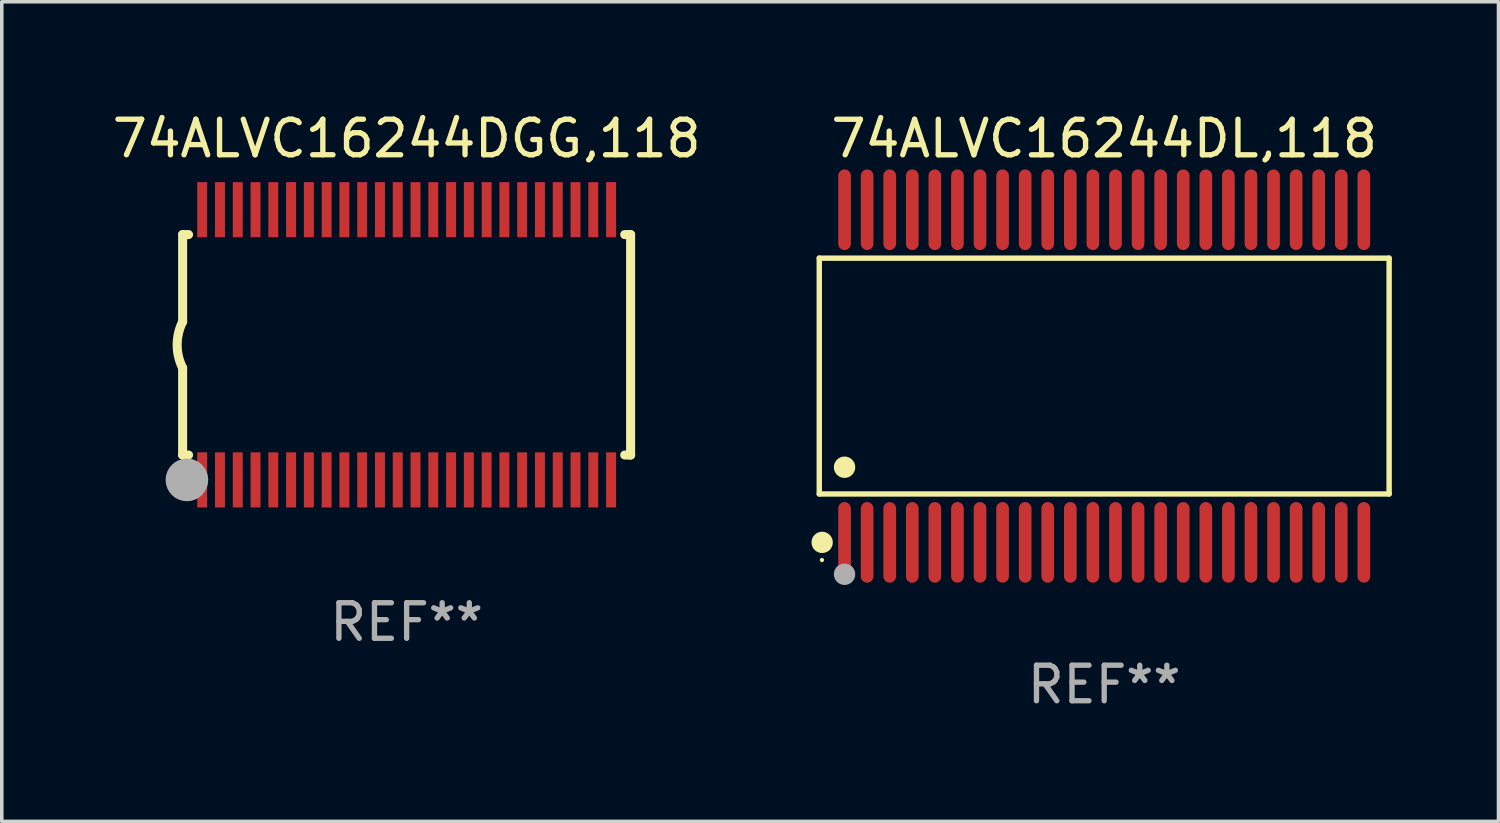
<source format=kicad_pcb>
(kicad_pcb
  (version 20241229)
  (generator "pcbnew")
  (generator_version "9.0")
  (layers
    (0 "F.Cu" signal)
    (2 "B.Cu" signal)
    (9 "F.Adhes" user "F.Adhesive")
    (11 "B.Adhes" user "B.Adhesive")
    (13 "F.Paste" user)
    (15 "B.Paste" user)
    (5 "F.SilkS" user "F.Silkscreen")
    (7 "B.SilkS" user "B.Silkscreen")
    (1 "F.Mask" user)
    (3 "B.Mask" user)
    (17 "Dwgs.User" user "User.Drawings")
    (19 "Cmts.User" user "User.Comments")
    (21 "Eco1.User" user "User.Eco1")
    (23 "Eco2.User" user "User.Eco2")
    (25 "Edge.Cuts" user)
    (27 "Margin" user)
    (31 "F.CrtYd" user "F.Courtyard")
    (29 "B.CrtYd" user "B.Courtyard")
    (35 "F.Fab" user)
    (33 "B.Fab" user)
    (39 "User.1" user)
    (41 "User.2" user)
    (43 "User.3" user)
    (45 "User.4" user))
  (footprint "74ALVC16244DGG,118"
    (layer "F.Cu")
    (at 8.387 6.648)
    (property "Reference" "74ALVC16244DGG,118" (at 0 -5.8 0) (layer "F.SilkS") (effects (font (size 1 1) (thickness 0.15))))
    (attr through_hole)
    (fp_line (start -6.3 -3.1) (end -6.3 -0.65) (stroke (width 0.254) (type solid)) (layer "F.SilkS"))
    (fp_line (start -6.3 -3.1) (end -6.134 -3.1) (stroke (width 0.254) (type solid)) (layer "F.SilkS"))
    (fp_line (start -6.3 3.1) (end -6.3 0.65) (stroke (width 0.254) (type solid)) (layer "F.SilkS"))
    (fp_line (start -6.3 3.1) (end -6.134 3.1) (stroke (width 0.254) (type solid)) (layer "F.SilkS"))
    (fp_line (start 6.134 -3.1) (end 6.3 -3.1) (stroke (width 0.254) (type solid)) (layer "F.SilkS"))
    (fp_line (start 6.134 3.1) (end 6.3 3.1) (stroke (width 0.254) (type solid)) (layer "F.SilkS"))
    (fp_line (start 6.3 -3.1) (end 6.3 3.1) (stroke (width 0.254) (type solid)) (layer "F.SilkS"))
    (fp_arc (start -6.301016 0.650114) (mid -6.45413 -0.000082) (end -6.3 -0.650038) (stroke (width 0.254001) (type solid)) (layer "F.SilkS"))
    (fp_circle (center -6.35 3.81) (end -6.223 3.81) (stroke (width 0.254) (type solid)) (fill no) (layer "F.SilkS"))
    (fp_circle (center -6.25 4.05) (end -6.22 4.05) (stroke (width 0.06) (type solid)) (fill no) (layer "F.SilkS"))
    (fp_circle (center -6.18 3.8) (end -5.88 3.8) (stroke (width 0.6) (type solid)) (fill no) (layer "F.Fab"))
    (fp_text user "REF**" (at 0 7.8 0) (layer "F.Fab") (effects (font (size 1 1) (thickness 0.15))))
    (pad "1" smd rect (at -5.75 3.8) (size 0.28 1.55) (layers "F.Cu" "F.Mask" "F.Paste"))
    (pad "2" smd rect (at -5.25 3.8) (size 0.28 1.55) (layers "F.Cu" "F.Mask" "F.Paste"))
    (pad "3" smd rect (at -4.75 3.8) (size 0.28 1.55) (layers "F.Cu" "F.Mask" "F.Paste"))
    (pad "4" smd rect (at -4.25 3.8) (size 0.28 1.55) (layers "F.Cu" "F.Mask" "F.Paste"))
    (pad "5" smd rect (at -3.75 3.8) (size 0.28 1.55) (layers "F.Cu" "F.Mask" "F.Paste"))
    (pad "6" smd rect (at -3.25 3.8) (size 0.28 1.55) (layers "F.Cu" "F.Mask" "F.Paste"))
    (pad "7" smd rect (at -2.75 3.8) (size 0.28 1.55) (layers "F.Cu" "F.Mask" "F.Paste"))
    (pad "8" smd rect (at -2.25 3.8) (size 0.28 1.55) (layers "F.Cu" "F.Mask" "F.Paste"))
    (pad "9" smd rect (at -1.75 3.8) (size 0.28 1.55) (layers "F.Cu" "F.Mask" "F.Paste"))
    (pad "10" smd rect (at -1.25 3.8) (size 0.28 1.55) (layers "F.Cu" "F.Mask" "F.Paste"))
    (pad "11" smd rect (at -0.75 3.8) (size 0.28 1.55) (layers "F.Cu" "F.Mask" "F.Paste"))
    (pad "12" smd rect (at -0.25 3.8) (size 0.28 1.55) (layers "F.Cu" "F.Mask" "F.Paste"))
    (pad "13" smd rect (at 0.25 3.8) (size 0.28 1.55) (layers "F.Cu" "F.Mask" "F.Paste"))
    (pad "14" smd rect (at 0.75 3.8) (size 0.28 1.55) (layers "F.Cu" "F.Mask" "F.Paste"))
    (pad "15" smd rect (at 1.25 3.8) (size 0.28 1.55) (layers "F.Cu" "F.Mask" "F.Paste"))
    (pad "16" smd rect (at 1.75 3.8) (size 0.28 1.55) (layers "F.Cu" "F.Mask" "F.Paste"))
    (pad "17" smd rect (at 2.25 3.8) (size 0.28 1.55) (layers "F.Cu" "F.Mask" "F.Paste"))
    (pad "18" smd rect (at 2.75 3.8) (size 0.28 1.55) (layers "F.Cu" "F.Mask" "F.Paste"))
    (pad "19" smd rect (at 3.25 3.8) (size 0.28 1.55) (layers "F.Cu" "F.Mask" "F.Paste"))
    (pad "20" smd rect (at 3.75 3.8) (size 0.28 1.55) (layers "F.Cu" "F.Mask" "F.Paste"))
    (pad "21" smd rect (at 4.25 3.8) (size 0.28 1.55) (layers "F.Cu" "F.Mask" "F.Paste"))
    (pad "22" smd rect (at 4.75 3.8) (size 0.28 1.55) (layers "F.Cu" "F.Mask" "F.Paste"))
    (pad "23" smd rect (at 5.25 3.8) (size 0.28 1.55) (layers "F.Cu" "F.Mask" "F.Paste"))
    (pad "24" smd rect (at 5.75 3.8) (size 0.28 1.55) (layers "F.Cu" "F.Mask" "F.Paste"))
    (pad "25" smd rect (at 5.75 -3.8) (size 0.28 1.55) (layers "F.Cu" "F.Mask" "F.Paste"))
    (pad "26" smd rect (at 5.25 -3.8) (size 0.28 1.55) (layers "F.Cu" "F.Mask" "F.Paste"))
    (pad "27" smd rect (at 4.75 -3.8) (size 0.28 1.55) (layers "F.Cu" "F.Mask" "F.Paste"))
    (pad "28" smd rect (at 4.25 -3.8) (size 0.28 1.55) (layers "F.Cu" "F.Mask" "F.Paste"))
    (pad "29" smd rect (at 3.75 -3.8) (size 0.28 1.55) (layers "F.Cu" "F.Mask" "F.Paste"))
    (pad "30" smd rect (at 3.25 -3.8) (size 0.28 1.55) (layers "F.Cu" "F.Mask" "F.Paste"))
    (pad "31" smd rect (at 2.75 -3.8) (size 0.28 1.55) (layers "F.Cu" "F.Mask" "F.Paste"))
    (pad "32" smd rect (at 2.25 -3.8) (size 0.28 1.55) (layers "F.Cu" "F.Mask" "F.Paste"))
    (pad "33" smd rect (at 1.75 -3.8) (size 0.28 1.55) (layers "F.Cu" "F.Mask" "F.Paste"))
    (pad "34" smd rect (at 1.25 -3.8) (size 0.28 1.55) (layers "F.Cu" "F.Mask" "F.Paste"))
    (pad "35" smd rect (at 0.75 -3.8) (size 0.28 1.55) (layers "F.Cu" "F.Mask" "F.Paste"))
    (pad "36" smd rect (at 0.25 -3.8) (size 0.28 1.55) (layers "F.Cu" "F.Mask" "F.Paste"))
    (pad "37" smd rect (at -0.25 -3.8) (size 0.28 1.55) (layers "F.Cu" "F.Mask" "F.Paste"))
    (pad "38" smd rect (at -0.75 -3.8) (size 0.28 1.55) (layers "F.Cu" "F.Mask" "F.Paste"))
    (pad "39" smd rect (at -1.25 -3.8) (size 0.28 1.55) (layers "F.Cu" "F.Mask" "F.Paste"))
    (pad "40" smd rect (at -1.75 -3.8) (size 0.28 1.55) (layers "F.Cu" "F.Mask" "F.Paste"))
    (pad "41" smd rect (at -2.25 -3.8) (size 0.28 1.55) (layers "F.Cu" "F.Mask" "F.Paste"))
    (pad "42" smd rect (at -2.75 -3.8) (size 0.28 1.55) (layers "F.Cu" "F.Mask" "F.Paste"))
    (pad "43" smd rect (at -3.25 -3.8) (size 0.28 1.55) (layers "F.Cu" "F.Mask" "F.Paste"))
    (pad "44" smd rect (at -3.75 -3.8) (size 0.28 1.55) (layers "F.Cu" "F.Mask" "F.Paste"))
    (pad "45" smd rect (at -4.25 -3.8) (size 0.28 1.55) (layers "F.Cu" "F.Mask" "F.Paste"))
    (pad "46" smd rect (at -4.75 -3.8) (size 0.28 1.55) (layers "F.Cu" "F.Mask" "F.Paste"))
    (pad "47" smd rect (at -5.25 -3.8) (size 0.28 1.55) (layers "F.Cu" "F.Mask" "F.Paste"))
    (pad "48" smd rect (at -5.75 -3.8) (size 0.28 1.55) (layers "F.Cu" "F.Mask" "F.Paste")))
  (footprint "74ALVC16244DL,118"
    (layer "F.Cu")
    (at 28.007 7.527)
    (property "Reference" "74ALVC16244DL,118" (at 0 -6.678 0) (layer "F.SilkS") (effects (font (size 1 1) (thickness 0.15))))
    (attr through_hole)
    (fp_line (start -8.014 -3.316) (end 8.014 -3.316) (stroke (width 0.152) (type solid)) (layer "F.SilkS"))
    (fp_line (start -8.014 3.316) (end -8.014 -3.316) (stroke (width 0.152) (type solid)) (layer "F.SilkS"))
    (fp_line (start 8.014 -3.316) (end 8.014 3.316) (stroke (width 0.152) (type solid)) (layer "F.SilkS"))
    (fp_line (start 8.014 3.316) (end -8.014 3.316) (stroke (width 0.152) (type solid)) (layer "F.SilkS"))
    (fp_circle (center -7.938 5.175) (end -7.908 5.175) (stroke (width 0.06) (type solid)) (fill no) (layer "F.SilkS"))
    (fp_circle (center -7.933 4.678) (end -7.783 4.678) (stroke (width 0.3) (type solid)) (fill no) (layer "F.SilkS"))
    (fp_circle (center -7.303 2.564) (end -7.152 2.564) (stroke (width 0.3) (type solid)) (fill no) (layer "F.SilkS"))
    (fp_circle (center -7.303 5.575) (end -7.152 5.575) (stroke (width 0.3) (type solid)) (fill no) (layer "F.Fab"))
    (fp_text user "REF**" (at 0 8.678 0) (layer "F.Fab") (effects (font (size 1 1) (thickness 0.15))))
    (pad "1" smd oval (at -7.303 4.678) (size 0.356 2.267) (layers "F.Cu" "F.Mask" "F.Paste"))
    (pad "2" smd oval (at -6.668 4.678) (size 0.356 2.267) (layers "F.Cu" "F.Mask" "F.Paste"))
    (pad "3" smd oval (at -6.033 4.678) (size 0.356 2.267) (layers "F.Cu" "F.Mask" "F.Paste"))
    (pad "4" smd oval (at -5.398 4.678) (size 0.356 2.267) (layers "F.Cu" "F.Mask" "F.Paste"))
    (pad "5" smd oval (at -4.763 4.678) (size 0.356 2.267) (layers "F.Cu" "F.Mask" "F.Paste"))
    (pad "6" smd oval (at -4.128 4.678) (size 0.356 2.267) (layers "F.Cu" "F.Mask" "F.Paste"))
    (pad "7" smd oval (at -3.493 4.678) (size 0.356 2.267) (layers "F.Cu" "F.Mask" "F.Paste"))
    (pad "8" smd oval (at -2.858 4.678) (size 0.356 2.267) (layers "F.Cu" "F.Mask" "F.Paste"))
    (pad "9" smd oval (at -2.223 4.678) (size 0.356 2.267) (layers "F.Cu" "F.Mask" "F.Paste"))
    (pad "10" smd oval (at -1.588 4.678) (size 0.356 2.267) (layers "F.Cu" "F.Mask" "F.Paste"))
    (pad "11" smd oval (at -0.953 4.678) (size 0.356 2.267) (layers "F.Cu" "F.Mask" "F.Paste"))
    (pad "12" smd oval (at -0.318 4.678) (size 0.356 2.267) (layers "F.Cu" "F.Mask" "F.Paste"))
    (pad "13" smd oval (at 0.318 4.678) (size 0.356 2.267) (layers "F.Cu" "F.Mask" "F.Paste"))
    (pad "14" smd oval (at 0.953 4.678) (size 0.356 2.267) (layers "F.Cu" "F.Mask" "F.Paste"))
    (pad "15" smd oval (at 1.588 4.678) (size 0.356 2.267) (layers "F.Cu" "F.Mask" "F.Paste"))
    (pad "16" smd oval (at 2.223 4.678) (size 0.356 2.267) (layers "F.Cu" "F.Mask" "F.Paste"))
    (pad "17" smd oval (at 2.858 4.678) (size 0.356 2.267) (layers "F.Cu" "F.Mask" "F.Paste"))
    (pad "18" smd oval (at 3.493 4.678) (size 0.356 2.267) (layers "F.Cu" "F.Mask" "F.Paste"))
    (pad "19" smd oval (at 4.128 4.678) (size 0.356 2.267) (layers "F.Cu" "F.Mask" "F.Paste"))
    (pad "20" smd oval (at 4.763 4.678) (size 0.356 2.267) (layers "F.Cu" "F.Mask" "F.Paste"))
    (pad "21" smd oval (at 5.398 4.678) (size 0.356 2.267) (layers "F.Cu" "F.Mask" "F.Paste"))
    (pad "22" smd oval (at 6.033 4.678) (size 0.356 2.267) (layers "F.Cu" "F.Mask" "F.Paste"))
    (pad "23" smd oval (at 6.668 4.678) (size 0.356 2.267) (layers "F.Cu" "F.Mask" "F.Paste"))
    (pad "24" smd oval (at 7.303 4.678) (size 0.356 2.267) (layers "F.Cu" "F.Mask" "F.Paste"))
    (pad "25" smd oval (at 7.303 -4.678) (size 0.356 2.267) (layers "F.Cu" "F.Mask" "F.Paste"))
    (pad "26" smd oval (at 6.668 -4.678) (size 0.356 2.267) (layers "F.Cu" "F.Mask" "F.Paste"))
    (pad "27" smd oval (at 6.033 -4.678) (size 0.356 2.267) (layers "F.Cu" "F.Mask" "F.Paste"))
    (pad "28" smd oval (at 5.398 -4.678) (size 0.356 2.267) (layers "F.Cu" "F.Mask" "F.Paste"))
    (pad "29" smd oval (at 4.763 -4.678) (size 0.356 2.267) (layers "F.Cu" "F.Mask" "F.Paste"))
    (pad "30" smd oval (at 4.128 -4.678) (size 0.356 2.267) (layers "F.Cu" "F.Mask" "F.Paste"))
    (pad "31" smd oval (at 3.493 -4.678) (size 0.356 2.267) (layers "F.Cu" "F.Mask" "F.Paste"))
    (pad "32" smd oval (at 2.858 -4.678) (size 0.356 2.267) (layers "F.Cu" "F.Mask" "F.Paste"))
    (pad "33" smd oval (at 2.223 -4.678) (size 0.356 2.267) (layers "F.Cu" "F.Mask" "F.Paste"))
    (pad "34" smd oval (at 1.588 -4.678) (size 0.356 2.267) (layers "F.Cu" "F.Mask" "F.Paste"))
    (pad "35" smd oval (at 0.953 -4.678) (size 0.356 2.267) (layers "F.Cu" "F.Mask" "F.Paste"))
    (pad "36" smd oval (at 0.318 -4.678) (size 0.356 2.267) (layers "F.Cu" "F.Mask" "F.Paste"))
    (pad "37" smd oval (at -0.318 -4.678) (size 0.356 2.267) (layers "F.Cu" "F.Mask" "F.Paste"))
    (pad "38" smd oval (at -0.953 -4.678) (size 0.356 2.267) (layers "F.Cu" "F.Mask" "F.Paste"))
    (pad "39" smd oval (at -1.588 -4.678) (size 0.356 2.267) (layers "F.Cu" "F.Mask" "F.Paste"))
    (pad "40" smd oval (at -2.223 -4.678) (size 0.356 2.267) (layers "F.Cu" "F.Mask" "F.Paste"))
    (pad "41" smd oval (at -2.858 -4.678) (size 0.356 2.267) (layers "F.Cu" "F.Mask" "F.Paste"))
    (pad "42" smd oval (at -3.493 -4.678) (size 0.356 2.267) (layers "F.Cu" "F.Mask" "F.Paste"))
    (pad "43" smd oval (at -4.128 -4.678) (size 0.356 2.267) (layers "F.Cu" "F.Mask" "F.Paste"))
    (pad "44" smd oval (at -4.763 -4.678) (size 0.356 2.267) (layers "F.Cu" "F.Mask" "F.Paste"))
    (pad "45" smd oval (at -5.398 -4.678) (size 0.356 2.267) (layers "F.Cu" "F.Mask" "F.Paste"))
    (pad "46" smd oval (at -6.033 -4.678) (size 0.356 2.267) (layers "F.Cu" "F.Mask" "F.Paste"))
    (pad "47" smd oval (at -6.668 -4.678) (size 0.356 2.267) (layers "F.Cu" "F.Mask" "F.Paste"))
    (pad "48" smd oval (at -7.303 -4.678) (size 0.356 2.267) (layers "F.Cu" "F.Mask" "F.Paste")))
  (gr_rect
    (start -3 -3)
    (end 39.097 20.053)
    (stroke (width 0.1) (type default))
    (fill no)
    (layer "Edge.Cuts")))
</source>
